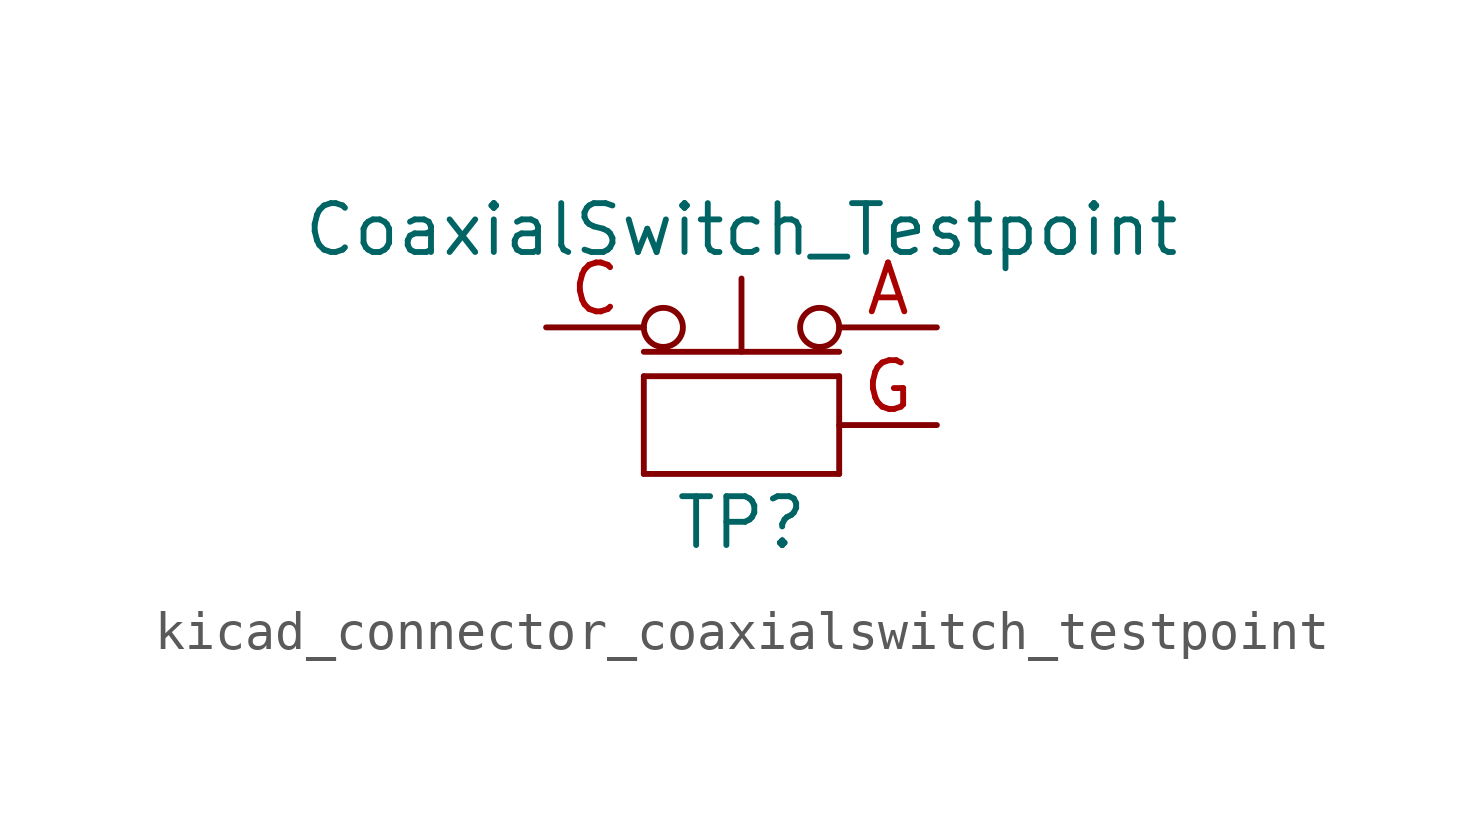
<source format=kicad_sym>
(kicad_symbol_lib
  (version 20220914)
  (generator kicad_symbol_editor)
  (symbol "kicad_connector_coaxialswitch_testpoint"
    (pin_names
      (offset 1.016) hide)
    (property "Reference" "TP"
      (at 0 -3.81 0)
      (effects (font (size 1.27 1.27))))
    (property "Value" "CoaxialSwitch_Testpoint"
      (at 0 3.81 0)
      (effects (font (size 1.27 1.27))))
    (symbol "kicad_connector_coaxialswitch_testpoint_0_1"
      (rectangle (start -2.54 -2.54) (end 2.54 -2.54) (stroke (width 0) (type default)) (fill (type none)))
      (rectangle (start -2.54 0) (end -2.54 -2.54) (stroke (width 0) (type default)) (fill (type none)))
      (rectangle (start 2.54 0) (end -2.54 0) (stroke (width 0) (type default)) (fill (type none)))
      (rectangle (start 2.54 0) (end 2.54 -2.54) (stroke (width 0) (type default)) (fill (type none))))
    (symbol "kicad_connector_coaxialswitch_testpoint_1_1"
      (circle (center -2.032 1.27) (radius 0.508) (stroke (width 0) (type default)) (fill (type none)))
      (polyline (pts (xy -2.54 0.635) (xy 2.54 0.635)) (stroke (width 0) (type default)) (fill (type none)))
      (polyline (pts (xy 0 0.635) (xy 0 2.54)) (stroke (width 0) (type default)) (fill (type none)))
      (circle (center 2.032 1.27) (radius 0.508) (stroke (width 0) (type default)) (fill (type none)))
      (pin passive line (at 5.08 1.27 180) (length 2.54) (name "A" (effects (font (size 1.27 1.27)))) (number "A" (effects (font (size 1.27 1.27)))))
      (pin passive line (at -5.08 1.27 0) (length 2.54) (name "C" (effects (font (size 1.27 1.27)))) (number "C" (effects (font (size 1.27 1.27)))))
      (pin passive line (at 5.08 -1.27 180) (length 2.54) (name "G" (effects (font (size 1.27 1.27)))) (number "G" (effects (font (size 1.27 1.27))))))))
</source>
